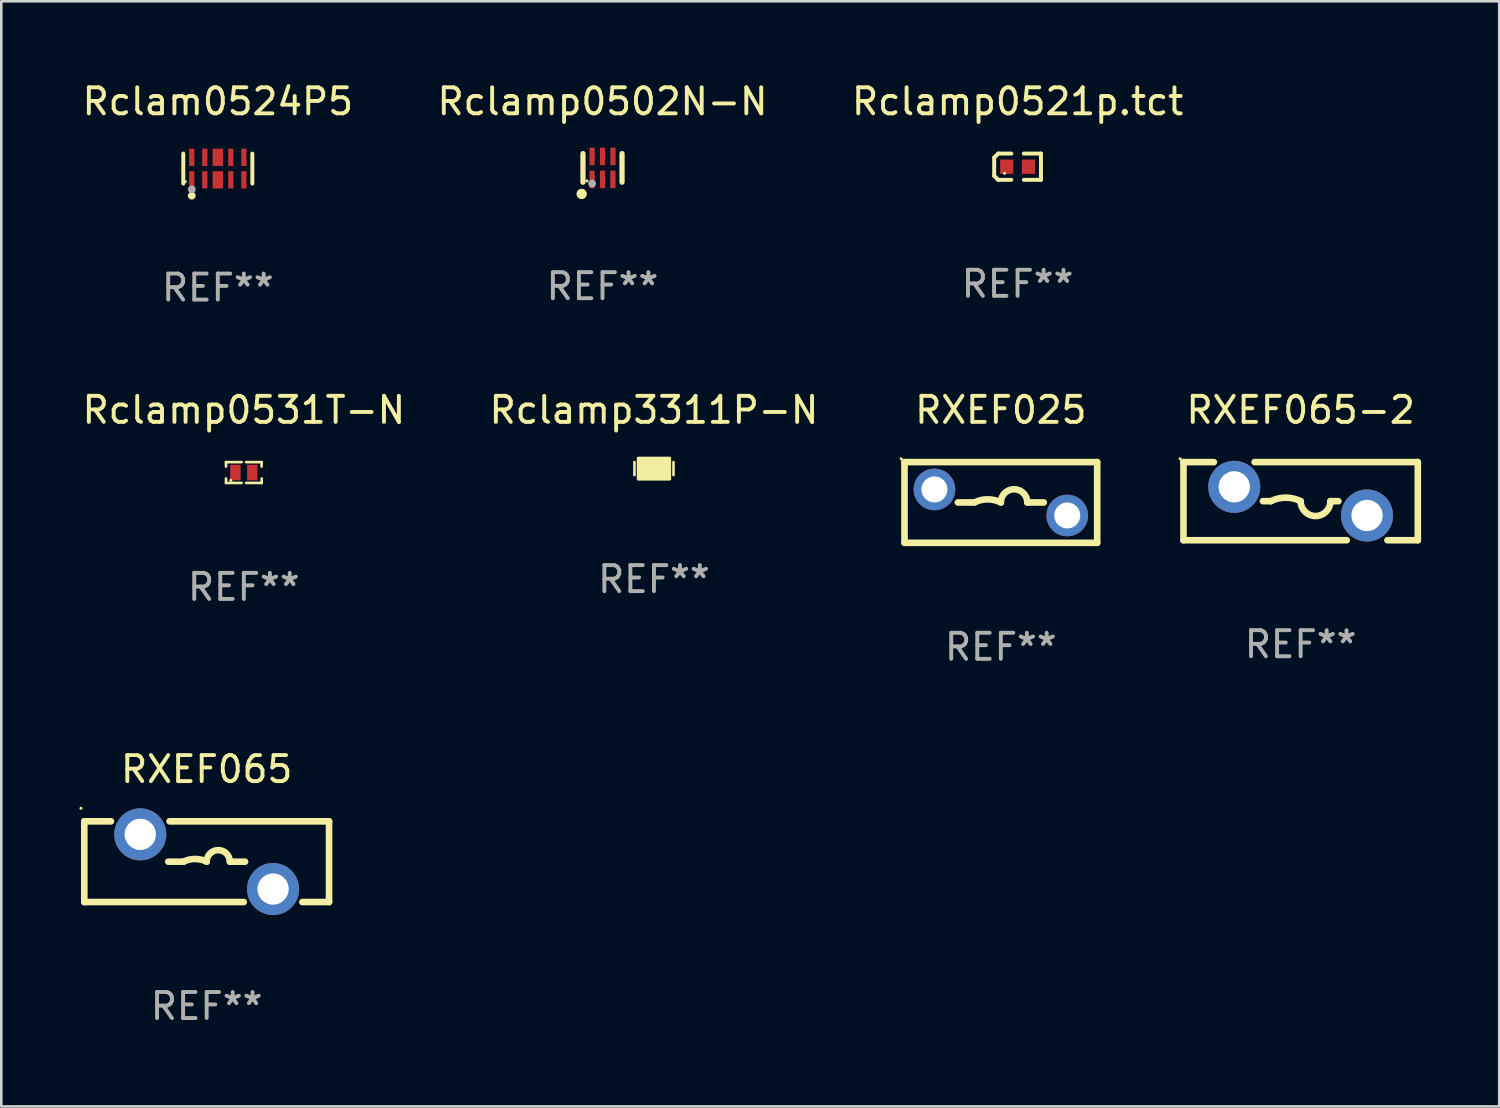
<source format=kicad_pcb>
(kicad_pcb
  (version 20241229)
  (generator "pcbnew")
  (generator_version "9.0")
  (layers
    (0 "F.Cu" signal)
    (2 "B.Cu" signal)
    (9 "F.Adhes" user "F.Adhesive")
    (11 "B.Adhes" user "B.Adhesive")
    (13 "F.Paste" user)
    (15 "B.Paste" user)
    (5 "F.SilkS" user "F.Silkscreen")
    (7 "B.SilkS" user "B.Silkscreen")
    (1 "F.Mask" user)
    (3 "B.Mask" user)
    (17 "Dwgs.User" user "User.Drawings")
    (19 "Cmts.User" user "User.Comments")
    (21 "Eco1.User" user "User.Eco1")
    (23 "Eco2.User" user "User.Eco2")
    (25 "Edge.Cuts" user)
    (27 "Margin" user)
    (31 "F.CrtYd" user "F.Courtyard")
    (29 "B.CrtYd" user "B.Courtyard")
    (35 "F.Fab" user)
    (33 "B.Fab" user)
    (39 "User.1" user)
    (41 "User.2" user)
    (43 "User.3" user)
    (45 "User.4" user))
  (footprint "Rclamp3311P-N"
    (layer "F.Cu")
    (at 22.065 14.947)
    (property "Reference" "Rclamp3311P-N" (at 0 -2.25 0) (layer "F.SilkS") (effects (font (size 1 1) (thickness 0.15))))
    (attr through_hole)
    (fp_line (start -0.75 0.25) (end -0.75 -0.25) (stroke (width 0.1) (type solid)) (layer "F.SilkS"))
    (fp_line (start 0.75 -0.25) (end 0.75 0.25) (stroke (width 0.1) (type solid)) (layer "F.SilkS"))
    (fp_circle (center -0.5 0.3) (end -0.47 0.3) (stroke (width 0.06) (type solid)) (fill no) (layer "F.SilkS"))
    (fp_poly (pts (xy -0.6 -0.4) (xy 0.6 -0.4) (xy 0.6 0.4) (xy -0.6 0.4)) (stroke (width 0.12) (type solid)) (fill yes) (layer "F.SilkS"))
    (fp_text user "REF**" (at 0 4.25 0) (layer "F.Fab") (effects (font (size 1 1) (thickness 0.15))))
    (pad "1" smd rect (at -0.325 -0.000013) (size 0.3 0.6) (layers "F.Cu" "F.Mask" "F.Paste"))
    (pad "2" smd rect (at 0.325 -0.000013) (size 0.3 0.6) (layers "F.Cu" "F.Mask" "F.Paste")))
  (footprint "RXEF065-2"
    (layer "F.Cu")
    (at 46.901 16.197)
    (property "Reference" "RXEF065-2" (at 0 -3.5 0) (layer "F.SilkS") (effects (font (size 1 1) (thickness 0.15))))
    (attr through_hole)
    (fp_line (start -4.5 -1.5) (end -3.332 -1.5) (stroke (width 0.254) (type solid)) (layer "F.SilkS"))
    (fp_line (start -4.5 1.5) (end -4.5 -1.5) (stroke (width 0.254) (type solid)) (layer "F.SilkS"))
    (fp_line (start -4.5 1.5) (end 1.768 1.5) (stroke (width 0.254) (type solid)) (layer "F.SilkS"))
    (fp_line (start -1.768 -1.5) (end 4.5 -1.5) (stroke (width 0.254) (type solid)) (layer "F.SilkS"))
    (fp_line (start -1.449 0) (end -1.143 0) (stroke (width 0.254) (type solid)) (layer "F.SilkS"))
    (fp_line (start 1.449 0) (end 1.143 0) (stroke (width 0.254) (type solid)) (layer "F.SilkS"))
    (fp_line (start 3.332 1.5) (end 4.5 1.5) (stroke (width 0.254) (type solid)) (layer "F.SilkS"))
    (fp_line (start 4.5 -1.5) (end 4.5 1.5) (stroke (width 0.254) (type solid)) (layer "F.SilkS"))
    (fp_arc (start -1.143002 0) (mid -0.571501 -0.134913) (end 0 0) (stroke (width 0.254001) (type solid)) (layer "F.SilkS"))
    (fp_arc (start 1.143002 0) (mid 0.571501 0.571501) (end 0 0) (stroke (width 0.254001) (type solid)) (layer "F.SilkS"))
    (fp_circle (center -4.627 -1.627) (end -4.597 -1.627) (stroke (width 0.06) (type solid)) (fill no) (layer "F.SilkS"))
    (fp_text user "REF**" (at 0 5.5 0) (layer "F.Fab") (effects (font (size 1 1) (thickness 0.15))))
    (pad "1" thru_hole circle (at -2.55 -0.55) (size 2 2) (drill 1.2) (layers "*.Cu" "*.Mask"))
    (pad "2" thru_hole circle (at 2.55 0.55) (size 2 2) (drill 1.2) (layers "*.Cu" "*.Mask")))
  (footprint "Rclamp0521p.tct"
    (layer "F.Cu")
    (at 36.03 3.352)
    (property "Reference" "Rclamp0521p.tct" (at 0 -2.504 0) (layer "F.SilkS") (effects (font (size 1 1) (thickness 0.15))))
    (attr through_hole)
    (fp_line (start -0.898 -0.352) (end -0.745 -0.504) (stroke (width 0.152) (type solid)) (layer "F.SilkS"))
    (fp_line (start -0.898 0.352) (end -0.898 -0.352) (stroke (width 0.152) (type solid)) (layer "F.SilkS"))
    (fp_line (start -0.745 -0.504) (end -0.24 -0.504) (stroke (width 0.152) (type solid)) (layer "F.SilkS"))
    (fp_line (start -0.745 0.504) (end -0.898 0.352) (stroke (width 0.152) (type solid)) (layer "F.SilkS"))
    (fp_line (start -0.24 0.504) (end -0.745 0.504) (stroke (width 0.152) (type solid)) (layer "F.SilkS"))
    (fp_line (start 0.24 0.504) (end 0.898 0.504) (stroke (width 0.152) (type solid)) (layer "F.SilkS"))
    (fp_line (start 0.898 -0.504) (end 0.24 -0.504) (stroke (width 0.152) (type solid)) (layer "F.SilkS"))
    (fp_line (start 0.898 0.504) (end 0.898 -0.504) (stroke (width 0.152) (type solid)) (layer "F.SilkS"))
    (fp_circle (center -0.5 0.255) (end -0.47 0.255) (stroke (width 0.06) (type solid)) (fill no) (layer "F.SilkS"))
    (fp_text user "REF**" (at 0 4.504 0) (layer "F.Fab") (effects (font (size 1 1) (thickness 0.15))))
    (pad "1" smd rect (at -0.417 -0.000051) (size 0.505 0.551) (layers "F.Cu" "F.Mask" "F.Paste"))
    (pad "2" smd rect (at 0.417 -0.000051) (size 0.505 0.551) (layers "F.Cu" "F.Mask" "F.Paste")))
  (footprint "Rclamp0502N-N"
    (layer "F.Cu")
    (at 20.089 3.398)
    (property "Reference" "Rclamp0502N-N" (at 0 -2.55 0) (layer "F.SilkS") (effects (font (size 1 1) (thickness 0.15))))
    (attr through_hole)
    (fp_line (start -0.75 -0.55) (end -0.75 0.55) (stroke (width 0.2) (type solid)) (layer "F.SilkS"))
    (fp_line (start 0.75 -0.55) (end 0.75 0.55) (stroke (width 0.2) (type solid)) (layer "F.SilkS"))
    (fp_circle (center -0.8 1) (end -0.7 1) (stroke (width 0.2) (type solid)) (fill no) (layer "F.SilkS"))
    (fp_circle (center -0.599 0.5) (end -0.569 0.5) (stroke (width 0.06) (type solid)) (fill no) (layer "F.SilkS"))
    (fp_circle (center -0.399 0.6) (end -0.324 0.6) (stroke (width 0.15) (type solid)) (fill no) (layer "F.Fab"))
    (fp_text user "REF**" (at 0 4.55 0) (layer "F.Fab") (effects (font (size 1 1) (thickness 0.15))))
    (pad "1" smd rect (at -0.4 0.44) (size 0.2 0.675) (layers "F.Cu" "F.Mask" "F.Paste"))
    (pad "2" smd rect (at 0 0.44) (size 0.2 0.675) (layers "F.Cu" "F.Mask" "F.Paste"))
    (pad "3" smd rect (at 0.4 0.44) (size 0.2 0.675) (layers "F.Cu" "F.Mask" "F.Paste"))
    (pad "4" smd rect (at 0.402 -0.44) (size 0.2 0.675) (layers "F.Cu" "F.Mask" "F.Paste"))
    (pad "5" smd rect (at 0 -0.44) (size 0.2 0.675) (layers "F.Cu" "F.Mask" "F.Paste"))
    (pad "6" smd rect (at -0.4 -0.44) (size 0.2 0.675) (layers "F.Cu" "F.Mask" "F.Paste")))
  (footprint "Rclam0524P5"
    (layer "F.Cu")
    (at 5.315 3.424)
    (property "Reference" "Rclam0524P5" (at 0 -2.576 0) (layer "F.SilkS") (effects (font (size 1 1) (thickness 0.15))))
    (attr through_hole)
    (fp_line (start -1.326 0.576) (end -1.326 -0.576) (stroke (width 0.152) (type solid)) (layer "F.SilkS"))
    (fp_line (start 1.326 0.576) (end 1.326 -0.576) (stroke (width 0.152) (type solid)) (layer "F.SilkS"))
    (fp_circle (center -1.25 0.5) (end -1.22 0.5) (stroke (width 0.06) (type solid)) (fill no) (layer "F.SilkS"))
    (fp_circle (center -1 1.04) (end -0.925 1.04) (stroke (width 0.15) (type solid)) (fill no) (layer "F.SilkS"))
    (fp_circle (center -1 0.8) (end -0.925 0.8) (stroke (width 0.15) (type solid)) (fill no) (layer "F.Fab"))
    (fp_text user "REF**" (at 0 4.576 0) (layer "F.Fab") (effects (font (size 1 1) (thickness 0.15))))
    (pad "1" smd rect (at -1 0.433) (size 0.2 0.665) (layers "F.Cu" "F.Mask" "F.Paste"))
    (pad "2" smd rect (at -0.5 0.433) (size 0.2 0.665) (layers "F.Cu" "F.Mask" "F.Paste"))
    (pad "3" smd rect (at 0 0.433) (size 0.4 0.665) (layers "F.Cu" "F.Mask" "F.Paste"))
    (pad "4" smd rect (at 0.5 0.433) (size 0.2 0.665) (layers "F.Cu" "F.Mask" "F.Paste"))
    (pad "5" smd rect (at 1 0.433) (size 0.2 0.665) (layers "F.Cu" "F.Mask" "F.Paste"))
    (pad "6" smd rect (at 1 -0.433) (size 0.2 0.665) (layers "F.Cu" "F.Mask" "F.Paste"))
    (pad "7" smd rect (at 0.5 -0.433) (size 0.2 0.665) (layers "F.Cu" "F.Mask" "F.Paste"))
    (pad "8" smd rect (at 0 -0.433) (size 0.4 0.665) (layers "F.Cu" "F.Mask" "F.Paste"))
    (pad "9" smd rect (at -0.5 -0.433) (size 0.2 0.665) (layers "F.Cu" "F.Mask" "F.Paste"))
    (pad "10" smd rect (at -1 -0.433) (size 0.2 0.665) (layers "F.Cu" "F.Mask" "F.Paste")))
  (footprint "RXEF025"
    (layer "F.Cu")
    (at 35.387 16.247)
    (property "Reference" "RXEF025" (at 0 -3.55 0) (layer "F.SilkS") (effects (font (size 1 1) (thickness 0.15))))
    (attr through_hole)
    (fp_line (start -3.7 -1.55) (end 3.7 -1.55) (stroke (width 0.254) (type solid)) (layer "F.SilkS"))
    (fp_line (start -3.7 1.55) (end -3.7 -1.55) (stroke (width 0.254) (type solid)) (layer "F.SilkS"))
    (fp_line (start -1.649 0) (end -1.016 0) (stroke (width 0.254) (type solid)) (layer "F.SilkS"))
    (fp_line (start 1.649 0) (end 1.016 0) (stroke (width 0.254) (type solid)) (layer "F.SilkS"))
    (fp_line (start 3.7 -1.55) (end 3.7 1.55) (stroke (width 0.254) (type solid)) (layer "F.SilkS"))
    (fp_line (start 3.7 1.55) (end -3.7 1.55) (stroke (width 0.254) (type solid)) (layer "F.SilkS"))
    (fp_arc (start -1.016002 0) (mid -0.508001 -0.119923) (end 0 0) (stroke (width 0.254001) (type solid)) (layer "F.SilkS"))
    (fp_arc (start 0 0) (mid 0.508001 -0.508001) (end 1.016002 0) (stroke (width 0.254001) (type solid)) (layer "F.SilkS"))
    (fp_circle (center -3.827 -1.677) (end -3.797 -1.677) (stroke (width 0.06) (type solid)) (fill no) (layer "F.SilkS"))
    (fp_text user "REF**" (at 0 5.55 0) (layer "F.Fab") (effects (font (size 1 1) (thickness 0.15))))
    (pad "1" thru_hole circle (at -2.55 -0.5) (size 1.6 1.6) (drill 1) (layers "*.Cu" "*.Mask"))
    (pad "2" thru_hole circle (at 2.55 0.5) (size 1.6 1.6) (drill 1) (layers "*.Cu" "*.Mask")))
  (footprint "Rclamp0531T-N"
    (layer "F.Cu")
    (at 6.315 15.097)
    (property "Reference" "Rclamp0531T-N" (at 0 -2.4 0) (layer "F.SilkS") (effects (font (size 1 1) (thickness 0.15))))
    (attr through_hole)
    (fp_line (start -0.685 -0.4) (end -0.685 -0.23) (stroke (width 0.102) (type solid)) (layer "F.SilkS"))
    (fp_line (start -0.685 0.4) (end -0.685 0.23) (stroke (width 0.102) (type solid)) (layer "F.SilkS"))
    (fp_line (start -0.085 -0.4) (end -0.685 -0.4) (stroke (width 0.102) (type solid)) (layer "F.SilkS"))
    (fp_line (start -0.085 0.4) (end -0.685 0.4) (stroke (width 0.102) (type solid)) (layer "F.SilkS"))
    (fp_line (start 0.082 -0.4) (end 0.682 -0.4) (stroke (width 0.102) (type solid)) (layer "F.SilkS"))
    (fp_line (start 0.085 0.4) (end 0.685 0.4) (stroke (width 0.102) (type solid)) (layer "F.SilkS"))
    (fp_line (start 0.682 -0.4) (end 0.682 -0.23) (stroke (width 0.102) (type solid)) (layer "F.SilkS"))
    (fp_line (start 0.685 0.4) (end 0.685 0.23) (stroke (width 0.102) (type solid)) (layer "F.SilkS"))
    (fp_circle (center -0.5 0.3) (end -0.47 0.3) (stroke (width 0.06) (type solid)) (fill no) (layer "F.SilkS"))
    (fp_text user "REF**" (at 0 4.4 0) (layer "F.Fab") (effects (font (size 1 1) (thickness 0.15))))
    (pad "1" smd rect (at -0.325 0) (size 0.4 0.6) (layers "F.Cu" "F.Mask" "F.Paste"))
    (pad "2" smd rect (at 0.325 0) (size 0.4 0.6) (layers "F.Cu" "F.Mask" "F.Paste")))
  (footprint "RXEF065"
    (layer "F.Cu")
    (at 4.887 30.043)
    (property "Reference" "RXEF065" (at 0 -3.55 0) (layer "F.SilkS") (effects (font (size 1 1) (thickness 0.15))))
    (attr through_hole)
    (fp_line (start -4.7 -1.55) (end -4.7 1.55) (stroke (width 0.254) (type solid)) (layer "F.SilkS"))
    (fp_line (start -4.7 -1.55) (end -3.675 -1.55) (stroke (width 0.254) (type solid)) (layer "F.SilkS"))
    (fp_line (start -4.7 1.55) (end 1.425 1.55) (stroke (width 0.254) (type solid)) (layer "F.SilkS"))
    (fp_line (start -1.475 -0.000013) (end -0.889 -0.000013) (stroke (width 0.254) (type solid)) (layer "F.SilkS"))
    (fp_line (start -1.425 -1.55) (end 4.7 -1.55) (stroke (width 0.254) (type solid)) (layer "F.SilkS"))
    (fp_line (start 1.475 -0.000013) (end 0.889 -0.000013) (stroke (width 0.254) (type solid)) (layer "F.SilkS"))
    (fp_line (start 3.675 1.55) (end 4.7 1.55) (stroke (width 0.254) (type solid)) (layer "F.SilkS"))
    (fp_line (start 4.7 -1.55) (end 4.7 1.55) (stroke (width 0.254) (type solid)) (layer "F.SilkS"))
    (fp_arc (start -0.889002 -0.000013) (mid -0.444501 -0.104945) (end 0 -0.000013) (stroke (width 0.254001) (type solid)) (layer "F.SilkS"))
    (fp_arc (start 0 -0.000013) (mid 0.444501 -0.444514) (end 0.889002 -0.000013) (stroke (width 0.254001) (type solid)) (layer "F.SilkS"))
    (fp_circle (center -4.827 -2.05) (end -4.797 -2.05) (stroke (width 0.06) (type solid)) (fill no) (layer "F.SilkS"))
    (fp_text user "REF**" (at 0 5.55 0) (layer "F.Fab") (effects (font (size 1 1) (thickness 0.15))))
    (pad "1" thru_hole circle (at -2.55 -1.05) (size 2 2) (drill 1.2) (layers "*.Cu" "*.Mask"))
    (pad "2" thru_hole circle (at 2.55 1.05) (size 2 2) (drill 1.2) (layers "*.Cu" "*.Mask")))
  (gr_rect
    (start -3 -3)
    (end 54.528 39.442)
    (stroke (width 0.1) (type default))
    (fill no)
    (layer "Edge.Cuts")))
</source>
